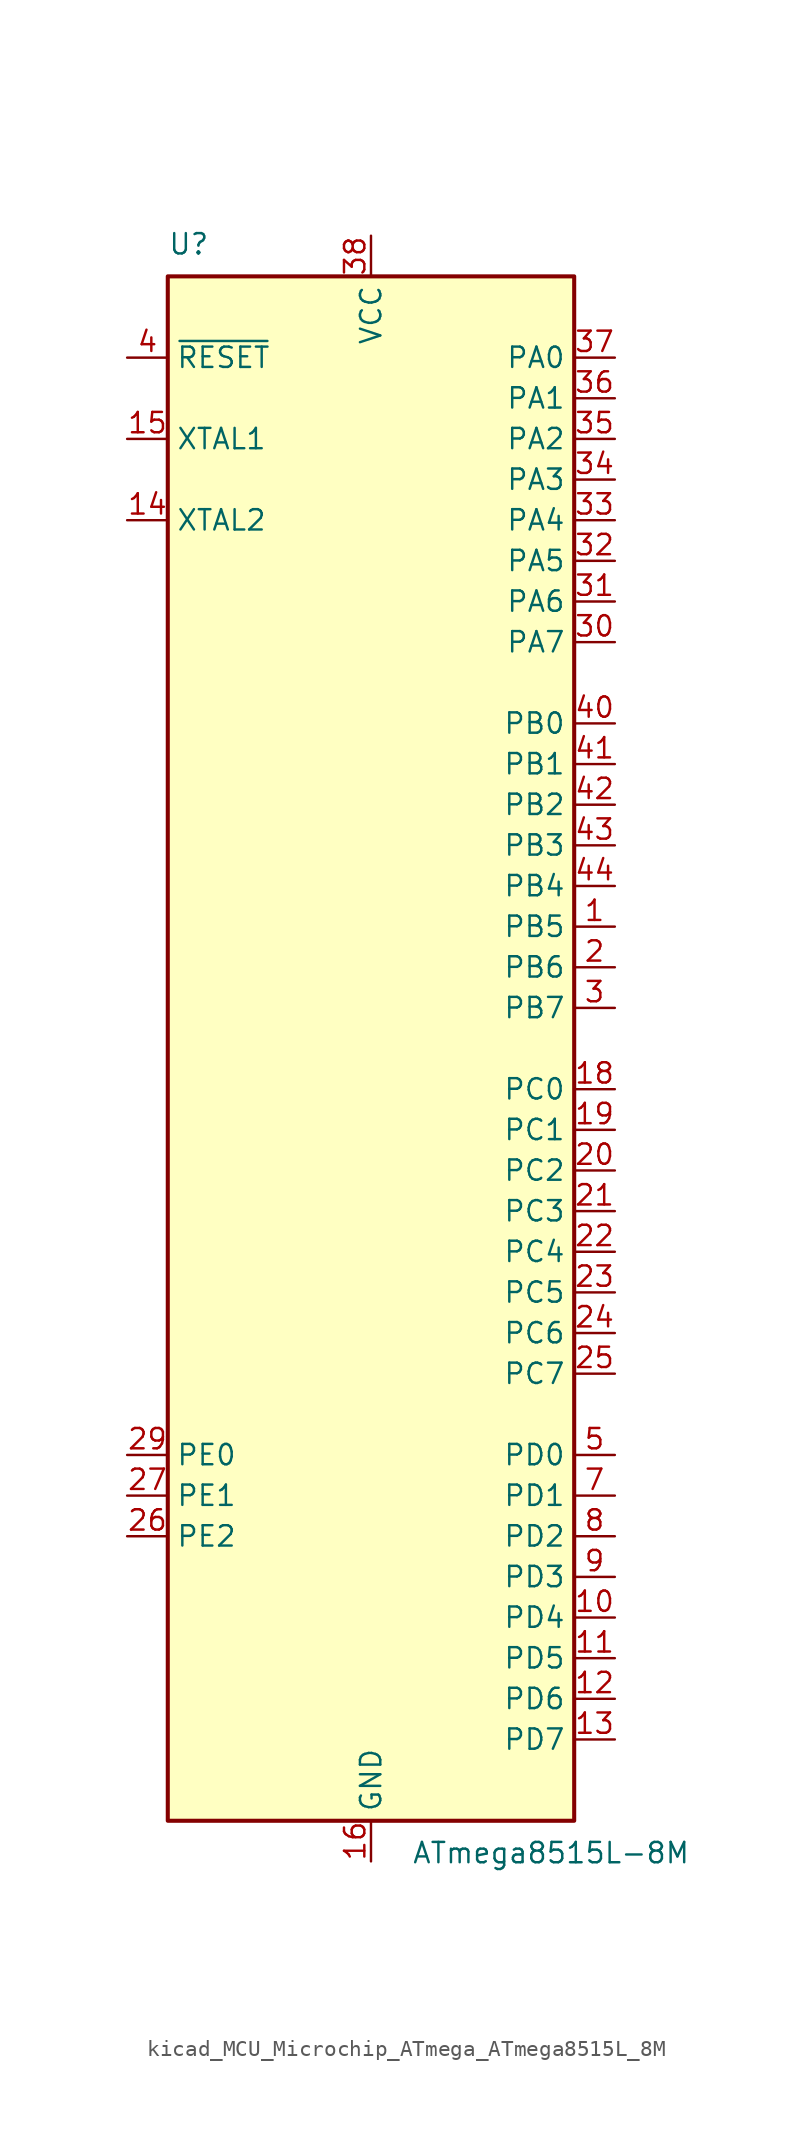
<source format=kicad_sym>
(kicad_symbol_lib
  (version 20220914)
  (generator kicad_symbol_editor)
  (symbol "kicad_MCU_Microchip_ATmega_ATmega8515L_8M"
    (property "Reference" "U"
      (at -12.7 49.53 0)
      (effects (font (size 1.27 1.27)) (justify left bottom)))
    (property "Value" "ATmega8515L-8M"
      (at 2.54 -49.53 0)
      (effects (font (size 1.27 1.27)) (justify left top)))
    (symbol "kicad_MCU_Microchip_ATmega_ATmega8515L_8M_0_1"
      (rectangle (start -12.7 -48.26) (end 12.7 48.26) (stroke (width 0.254) (type default)) (fill (type background))))
    (symbol "kicad_MCU_Microchip_ATmega_ATmega8515L_8M_1_1"
      (pin bidirectional line (at 15.24 7.62 180) (length 2.54) (name "PB5" (effects (font (size 1.27 1.27)))) (number "1" (effects (font (size 1.27 1.27)))))
      (pin bidirectional line (at 15.24 -35.56 180) (length 2.54) (name "PD4" (effects (font (size 1.27 1.27)))) (number "10" (effects (font (size 1.27 1.27)))))
      (pin bidirectional line (at 15.24 -38.1 180) (length 2.54) (name "PD5" (effects (font (size 1.27 1.27)))) (number "11" (effects (font (size 1.27 1.27)))))
      (pin bidirectional line (at 15.24 -40.64 180) (length 2.54) (name "PD6" (effects (font (size 1.27 1.27)))) (number "12" (effects (font (size 1.27 1.27)))))
      (pin bidirectional line (at 15.24 -43.18 180) (length 2.54) (name "PD7" (effects (font (size 1.27 1.27)))) (number "13" (effects (font (size 1.27 1.27)))))
      (pin output line (at -15.24 33.02 0) (length 2.54) (name "XTAL2" (effects (font (size 1.27 1.27)))) (number "14" (effects (font (size 1.27 1.27)))))
      (pin input line (at -15.24 38.1 0) (length 2.54) (name "XTAL1" (effects (font (size 1.27 1.27)))) (number "15" (effects (font (size 1.27 1.27)))))
      (pin power_in line (at 0 -50.8 90) (length 2.54) (name "GND" (effects (font (size 1.27 1.27)))) (number "16" (effects (font (size 1.27 1.27)))))
      (pin no_connect line (at -12.7 -40.64 0) (length 2.54) hide (name "NC" (effects (font (size 1.27 1.27)))) (number "17" (effects (font (size 1.27 1.27)))))
      (pin bidirectional line (at 15.24 -2.54 180) (length 2.54) (name "PC0" (effects (font (size 1.27 1.27)))) (number "18" (effects (font (size 1.27 1.27)))))
      (pin bidirectional line (at 15.24 -5.08 180) (length 2.54) (name "PC1" (effects (font (size 1.27 1.27)))) (number "19" (effects (font (size 1.27 1.27)))))
      (pin bidirectional line (at 15.24 5.08 180) (length 2.54) (name "PB6" (effects (font (size 1.27 1.27)))) (number "2" (effects (font (size 1.27 1.27)))))
      (pin bidirectional line (at 15.24 -7.62 180) (length 2.54) (name "PC2" (effects (font (size 1.27 1.27)))) (number "20" (effects (font (size 1.27 1.27)))))
      (pin bidirectional line (at 15.24 -10.16 180) (length 2.54) (name "PC3" (effects (font (size 1.27 1.27)))) (number "21" (effects (font (size 1.27 1.27)))))
      (pin bidirectional line (at 15.24 -12.7 180) (length 2.54) (name "PC4" (effects (font (size 1.27 1.27)))) (number "22" (effects (font (size 1.27 1.27)))))
      (pin bidirectional line (at 15.24 -15.24 180) (length 2.54) (name "PC5" (effects (font (size 1.27 1.27)))) (number "23" (effects (font (size 1.27 1.27)))))
      (pin bidirectional line (at 15.24 -17.78 180) (length 2.54) (name "PC6" (effects (font (size 1.27 1.27)))) (number "24" (effects (font (size 1.27 1.27)))))
      (pin bidirectional line (at 15.24 -20.32 180) (length 2.54) (name "PC7" (effects (font (size 1.27 1.27)))) (number "25" (effects (font (size 1.27 1.27)))))
      (pin bidirectional line (at -15.24 -30.48 0) (length 2.54) (name "PE2" (effects (font (size 1.27 1.27)))) (number "26" (effects (font (size 1.27 1.27)))))
      (pin bidirectional line (at -15.24 -27.94 0) (length 2.54) (name "PE1" (effects (font (size 1.27 1.27)))) (number "27" (effects (font (size 1.27 1.27)))))
      (pin no_connect line (at -12.7 -43.18 0) (length 2.54) hide (name "NC" (effects (font (size 1.27 1.27)))) (number "28" (effects (font (size 1.27 1.27)))))
      (pin bidirectional line (at -15.24 -25.4 0) (length 2.54) (name "PE0" (effects (font (size 1.27 1.27)))) (number "29" (effects (font (size 1.27 1.27)))))
      (pin bidirectional line (at 15.24 2.54 180) (length 2.54) (name "PB7" (effects (font (size 1.27 1.27)))) (number "3" (effects (font (size 1.27 1.27)))))
      (pin bidirectional line (at 15.24 25.4 180) (length 2.54) (name "PA7" (effects (font (size 1.27 1.27)))) (number "30" (effects (font (size 1.27 1.27)))))
      (pin bidirectional line (at 15.24 27.94 180) (length 2.54) (name "PA6" (effects (font (size 1.27 1.27)))) (number "31" (effects (font (size 1.27 1.27)))))
      (pin bidirectional line (at 15.24 30.48 180) (length 2.54) (name "PA5" (effects (font (size 1.27 1.27)))) (number "32" (effects (font (size 1.27 1.27)))))
      (pin bidirectional line (at 15.24 33.02 180) (length 2.54) (name "PA4" (effects (font (size 1.27 1.27)))) (number "33" (effects (font (size 1.27 1.27)))))
      (pin bidirectional line (at 15.24 35.56 180) (length 2.54) (name "PA3" (effects (font (size 1.27 1.27)))) (number "34" (effects (font (size 1.27 1.27)))))
      (pin bidirectional line (at 15.24 38.1 180) (length 2.54) (name "PA2" (effects (font (size 1.27 1.27)))) (number "35" (effects (font (size 1.27 1.27)))))
      (pin bidirectional line (at 15.24 40.64 180) (length 2.54) (name "PA1" (effects (font (size 1.27 1.27)))) (number "36" (effects (font (size 1.27 1.27)))))
      (pin bidirectional line (at 15.24 43.18 180) (length 2.54) (name "PA0" (effects (font (size 1.27 1.27)))) (number "37" (effects (font (size 1.27 1.27)))))
      (pin power_in line (at 0 50.8 270) (length 2.54) (name "VCC" (effects (font (size 1.27 1.27)))) (number "38" (effects (font (size 1.27 1.27)))))
      (pin no_connect line (at -12.7 -45.72 0) (length 2.54) hide (name "NC" (effects (font (size 1.27 1.27)))) (number "39" (effects (font (size 1.27 1.27)))))
      (pin input line (at -15.24 43.18 0) (length 2.54) (name "~{RESET}" (effects (font (size 1.27 1.27)))) (number "4" (effects (font (size 1.27 1.27)))))
      (pin bidirectional line (at 15.24 20.32 180) (length 2.54) (name "PB0" (effects (font (size 1.27 1.27)))) (number "40" (effects (font (size 1.27 1.27)))))
      (pin bidirectional line (at 15.24 17.78 180) (length 2.54) (name "PB1" (effects (font (size 1.27 1.27)))) (number "41" (effects (font (size 1.27 1.27)))))
      (pin bidirectional line (at 15.24 15.24 180) (length 2.54) (name "PB2" (effects (font (size 1.27 1.27)))) (number "42" (effects (font (size 1.27 1.27)))))
      (pin bidirectional line (at 15.24 12.7 180) (length 2.54) (name "PB3" (effects (font (size 1.27 1.27)))) (number "43" (effects (font (size 1.27 1.27)))))
      (pin bidirectional line (at 15.24 10.16 180) (length 2.54) (name "PB4" (effects (font (size 1.27 1.27)))) (number "44" (effects (font (size 1.27 1.27)))))
      (pin passive line (at 0 -50.8 90) (length 2.54) hide (name "GND" (effects (font (size 1.27 1.27)))) (number "45" (effects (font (size 1.27 1.27)))))
      (pin bidirectional line (at 15.24 -25.4 180) (length 2.54) (name "PD0" (effects (font (size 1.27 1.27)))) (number "5" (effects (font (size 1.27 1.27)))))
      (pin no_connect line (at -12.7 -38.1 0) (length 2.54) hide (name "NC" (effects (font (size 1.27 1.27)))) (number "6" (effects (font (size 1.27 1.27)))))
      (pin bidirectional line (at 15.24 -27.94 180) (length 2.54) (name "PD1" (effects (font (size 1.27 1.27)))) (number "7" (effects (font (size 1.27 1.27)))))
      (pin bidirectional line (at 15.24 -30.48 180) (length 2.54) (name "PD2" (effects (font (size 1.27 1.27)))) (number "8" (effects (font (size 1.27 1.27)))))
      (pin bidirectional line (at 15.24 -33.02 180) (length 2.54) (name "PD3" (effects (font (size 1.27 1.27)))) (number "9" (effects (font (size 1.27 1.27))))))))
</source>
